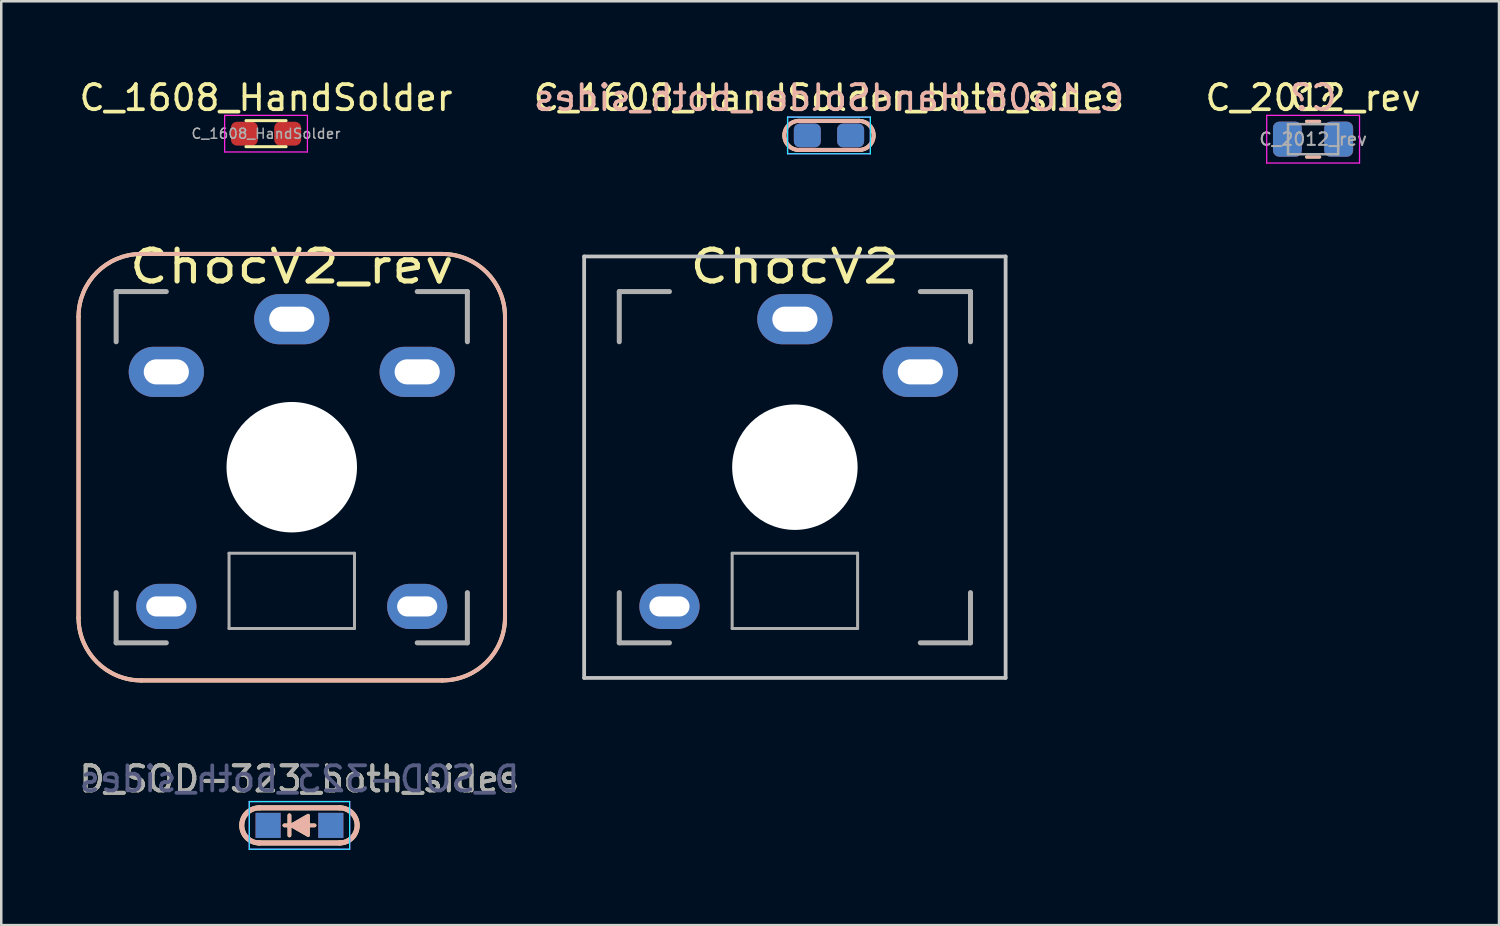
<source format=kicad_pcb>
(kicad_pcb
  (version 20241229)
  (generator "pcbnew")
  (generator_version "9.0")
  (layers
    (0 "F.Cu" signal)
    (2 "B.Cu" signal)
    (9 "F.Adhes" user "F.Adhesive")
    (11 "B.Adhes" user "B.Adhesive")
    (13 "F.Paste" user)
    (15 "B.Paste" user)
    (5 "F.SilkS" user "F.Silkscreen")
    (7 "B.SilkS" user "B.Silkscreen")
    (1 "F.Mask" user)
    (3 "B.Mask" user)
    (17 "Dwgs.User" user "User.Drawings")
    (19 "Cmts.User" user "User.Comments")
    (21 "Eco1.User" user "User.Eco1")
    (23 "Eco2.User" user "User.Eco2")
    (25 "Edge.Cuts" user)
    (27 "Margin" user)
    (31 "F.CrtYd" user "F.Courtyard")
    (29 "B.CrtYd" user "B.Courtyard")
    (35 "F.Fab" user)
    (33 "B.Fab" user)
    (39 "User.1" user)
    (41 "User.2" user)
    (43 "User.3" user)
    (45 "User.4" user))
  (footprint "D_SOD-323_both_sides"
    (layer "F.Cu")
    (at 8.887 29.851)
    (property "Reference" "D_SOD-323_both_sides" (at 0 -1.85 0) (layer "F.SilkS") (effects (font (size 1 1) (thickness 0.15))))
    (attr smd)
    (fp_line (start -1.6 -0.7) (end 1.6 -0.7) (stroke (width 0.2) (type solid)) (layer "F.SilkS"))
    (fp_line (start -0.4 -0.4) (end -0.4 0.4) (stroke (width 0.15) (type solid)) (layer "F.SilkS"))
    (fp_line (start 0.6 0) (end -0.6 0) (stroke (width 0.15) (type solid)) (layer "F.SilkS"))
    (fp_line (start 1.6 0.7) (end -1.6 0.7) (stroke (width 0.2) (type solid)) (layer "F.SilkS"))
    (fp_arc (start -1.6 0.7) (mid -2.3 0) (end -1.6 -0.7) (stroke (width 0.2) (type solid)) (layer "F.SilkS"))
    (fp_arc (start 1.6 -0.7) (mid 2.3 0) (end 1.6 0.7) (stroke (width 0.2) (type solid)) (layer "F.SilkS"))
    (fp_poly (pts (xy 0.35 0.4) (xy -0.35 0) (xy 0.35 -0.4)) (stroke (width 0.12) (type solid)) (fill yes) (layer "F.SilkS"))
    (fp_line (start -1.6 0.7) (end 1.6 0.7) (stroke (width 0.2) (type solid)) (layer "B.SilkS"))
    (fp_line (start -0.6 0) (end 0.6 0) (stroke (width 0.15) (type solid)) (layer "B.SilkS"))
    (fp_line (start -0.4 -0.4) (end -0.4 0.4) (stroke (width 0.15) (type solid)) (layer "B.SilkS"))
    (fp_line (start 1.6 -0.7) (end -1.6 -0.7) (stroke (width 0.2) (type solid)) (layer "B.SilkS"))
    (fp_arc (start -1.6 0.7) (mid -2.3 0) (end -1.6 -0.7) (stroke (width 0.2) (type solid)) (layer "B.SilkS"))
    (fp_arc (start 1.6 -0.7) (mid 2.3 0) (end 1.6 0.7) (stroke (width 0.2) (type solid)) (layer "B.SilkS"))
    (fp_poly (pts (xy 0.35 0.4) (xy -0.35 0) (xy 0.35 -0.4)) (stroke (width 0.12) (type solid)) (fill yes) (layer "B.SilkS"))
    (fp_line (start -2 -0.95) (end -2 0.95) (stroke (width 0.05) (type solid)) (layer "B.CrtYd"))
    (fp_line (start 2 -0.95) (end -2 -0.95) (stroke (width 0.05) (type solid)) (layer "B.CrtYd"))
    (fp_line (start 2 -0.95) (end 2 0.95) (stroke (width 0.05) (type solid)) (layer "B.CrtYd"))
    (fp_line (start 2 0.95) (end -2 0.95) (stroke (width 0.05) (type solid)) (layer "B.CrtYd"))
    (fp_line (start -2 -0.95) (end -2 0.95) (stroke (width 0.05) (type solid)) (layer "F.CrtYd"))
    (fp_line (start -2 -0.95) (end 2 -0.95) (stroke (width 0.05) (type solid)) (layer "F.CrtYd"))
    (fp_line (start -2 0.95) (end 2 0.95) (stroke (width 0.05) (type solid)) (layer "F.CrtYd"))
    (fp_line (start 2 -0.95) (end 2 0.95) (stroke (width 0.05) (type solid)) (layer "F.CrtYd"))
    (fp_text user "${REFERENCE}" (at 0 -1.85 0) (layer "B.Fab") (effects (font (size 1 1) (thickness 0.15)) (justify mirror)))
    (fp_text user "${REFERENCE}" (at 0 -1.85 0) (layer "F.Fab") (effects (font (size 1 1) (thickness 0.15))))
    (pad "1" smd rect (at -1.25 0) (size 1 1) (layers "F.Cu" "F.Mask" "F.Paste"))
    (pad "1" smd rect (at -1.25 0) (size 1 1) (layers "B.Cu" "B.Mask" "B.Paste"))
    (pad "2" smd rect (at 1.25 0) (size 1 1) (layers "F.Cu" "F.Mask" "F.Paste"))
    (pad "2" smd rect (at 1.25 0) (size 1 1) (layers "B.Cu" "B.Mask" "B.Paste")))
  (footprint "C_2012_rev"
    (layer "F.Cu")
    (at 49.292 2.498)
    (property "Reference" "C_2012_rev" (at 0 -1.65 0) (layer "F.SilkS") (effects (font (size 1 1) (thickness 0.15))))
    (attr smd)
    (fp_line (start -0.261 -0.71) (end 0.261 -0.71) (stroke (width 0.12) (type solid)) (layer "F.SilkS"))
    (fp_line (start -0.261 0.71) (end 0.261 0.71) (stroke (width 0.12) (type solid)) (layer "F.SilkS"))
    (fp_line (start -0.261 -0.71) (end 0.261 -0.71) (stroke (width 0.12) (type solid)) (layer "B.SilkS"))
    (fp_line (start -0.261 0.71) (end 0.261 0.71) (stroke (width 0.12) (type solid)) (layer "B.SilkS"))
    (fp_line (start -1.85 -0.95) (end 1.85 -0.95) (stroke (width 0.05) (type solid)) (layer "F.CrtYd"))
    (fp_line (start -1.85 0.95) (end -1.85 -0.95) (stroke (width 0.05) (type solid)) (layer "F.CrtYd"))
    (fp_line (start 1.85 -0.95) (end 1.85 0.95) (stroke (width 0.05) (type solid)) (layer "F.CrtYd"))
    (fp_line (start 1.85 0.95) (end -1.85 0.95) (stroke (width 0.05) (type solid)) (layer "F.CrtYd"))
    (fp_line (start -1 -0.6) (end 1 -0.6) (stroke (width 0.1) (type solid)) (layer "F.Fab"))
    (fp_line (start -1 0.6) (end -1 -0.6) (stroke (width 0.1) (type solid)) (layer "F.Fab"))
    (fp_line (start 1 -0.6) (end 1 0.6) (stroke (width 0.1) (type solid)) (layer "F.Fab"))
    (fp_line (start 1 0.6) (end -1 0.6) (stroke (width 0.1) (type solid)) (layer "F.Fab"))
    (fp_text user "C?" (at 0 -1.65 0) (layer "F.SilkS") (effects (font (size 1 1) (thickness 0.15))))
    (fp_text user "C?" (at 0 -1.65 0) (layer "B.SilkS") (effects (font (size 1 1) (thickness 0.15)) (justify mirror)))
    (fp_text user "${REFERENCE}" (at 0 0 0) (layer "F.Fab") (effects (font (size 0.5 0.5) (thickness 0.08))))
    (pad "1" smd roundrect (at -1.025 0) (size 1.15 1.4) (layers "F.Cu" "F.Mask" "F.Paste") (roundrect_rratio 0.217))
    (pad "1" smd roundrect (at -1.025 0) (size 1.15 1.4) (layers "B.Cu" "B.Mask" "B.Paste") (roundrect_rratio 0.217))
    (pad "2" smd roundrect (at 1.016 0) (size 1.15 1.4) (layers "B.Cu" "B.Mask" "B.Paste") (roundrect_rratio 0.217))
    (pad "2" smd roundrect (at 1.025 0) (size 1.15 1.4) (layers "F.Cu" "F.Mask" "F.Paste") (roundrect_rratio 0.217)))
  (footprint "ChocV2"
    (layer "F.Cu")
    (at 28.635 15.573)
    (property "Reference" "ChocV2" (at 0 -8 0) (layer "F.SilkS") (effects (font (size 1.27 1.524) (thickness 0.203))))
    (attr through_hole)
    (fp_line (start -8.4 -8.4) (end 8.4 -8.4) (stroke (width 0.15) (type solid)) (layer "Dwgs.User"))
    (fp_line (start -8.4 8.4) (end -8.4 -8.4) (stroke (width 0.15) (type solid)) (layer "Dwgs.User"))
    (fp_line (start 8.4 -8.4) (end 8.4 8.4) (stroke (width 0.15) (type solid)) (layer "Dwgs.User"))
    (fp_line (start 8.4 8.4) (end -8.4 8.4) (stroke (width 0.15) (type solid)) (layer "Dwgs.User"))
    (fp_line (start -7 -7) (end -5 -7) (stroke (width 0.2) (type solid)) (layer "F.Fab"))
    (fp_line (start -7 -5) (end -7 -7) (stroke (width 0.2) (type solid)) (layer "F.Fab"))
    (fp_line (start -7 7) (end -7 5) (stroke (width 0.2) (type solid)) (layer "F.Fab"))
    (fp_line (start -5 7) (end -7 7) (stroke (width 0.2) (type solid)) (layer "F.Fab"))
    (fp_line (start -2.5 3.43) (end -2.5 6.43) (stroke (width 0.12) (type solid)) (layer "F.Fab"))
    (fp_line (start -2.5 3.43) (end 2.5 3.43) (stroke (width 0.12) (type solid)) (layer "F.Fab"))
    (fp_line (start -2.5 6.43) (end 2.5 6.43) (stroke (width 0.12) (type solid)) (layer "F.Fab"))
    (fp_line (start 2.5 3.43) (end 2.5 6.43) (stroke (width 0.12) (type solid)) (layer "F.Fab"))
    (fp_line (start 5 -7) (end 7 -7) (stroke (width 0.2) (type solid)) (layer "F.Fab"))
    (fp_line (start 7 -7) (end 7 -5) (stroke (width 0.2) (type solid)) (layer "F.Fab"))
    (fp_line (start 7 5) (end 7 7) (stroke (width 0.2) (type solid)) (layer "F.Fab"))
    (fp_line (start 7 7) (end 5 7) (stroke (width 0.2) (type solid)) (layer "F.Fab"))
    (pad "" np_thru_hole circle (at 0 0) (size 5 5) (drill 5) (layers "*.Cu" "*.Mask"))
    (pad "1" thru_hole oval (at 0 -5.9) (size 3 2) (drill oval 1.8 1) (layers "*.Cu" "*.Mask"))
    (pad "2" thru_hole oval (at 5 -3.8) (size 3 2) (drill oval 1.8 1) (layers "*.Cu" "*.Mask"))
    (pad "3" thru_hole oval (at -5 5.55) (size 2.4 1.8) (drill oval 1.6 0.8) (layers "*.Cu" "*.Mask")))
  (footprint "ChocV2_rev"
    (layer "F.Cu")
    (at 8.58 15.573)
    (property "Reference" "ChocV2_rev" (at 0 -8 0) (layer "F.SilkS") (effects (font (size 1.27 1.524) (thickness 0.203))))
    (attr through_hole)
    (fp_line (start -8.5 6) (end -8.5 -6) (stroke (width 0.16) (type solid)) (layer "F.SilkS"))
    (fp_line (start -6 -8.5) (end 6 -8.5) (stroke (width 0.16) (type solid)) (layer "F.SilkS"))
    (fp_line (start 6 8.5) (end -6 8.5) (stroke (width 0.16) (type solid)) (layer "F.SilkS"))
    (fp_line (start 8.5 -6) (end 8.5 6) (stroke (width 0.16) (type solid)) (layer "F.SilkS"))
    (fp_arc (start -8.5 -6) (mid -7.767767 -7.767767) (end -6 -8.5) (stroke (width 0.16) (type solid)) (layer "F.SilkS"))
    (fp_arc (start -6 8.5) (mid -7.767767 7.767767) (end -8.5 6) (stroke (width 0.16) (type solid)) (layer "F.SilkS"))
    (fp_arc (start 6 -8.5) (mid 7.767767 -7.767767) (end 8.5 -6) (stroke (width 0.16) (type solid)) (layer "F.SilkS"))
    (fp_arc (start 8.5 6) (mid 7.767767 7.767767) (end 6 8.5) (stroke (width 0.16) (type solid)) (layer "F.SilkS"))
    (fp_line (start -8.5 -6) (end -8.5 6) (stroke (width 0.16) (type solid)) (layer "B.SilkS"))
    (fp_line (start -6 8.5) (end 6 8.5) (stroke (width 0.16) (type solid)) (layer "B.SilkS"))
    (fp_line (start 6 -8.5) (end -6 -8.5) (stroke (width 0.16) (type solid)) (layer "B.SilkS"))
    (fp_line (start 8.5 6) (end 8.5 -6) (stroke (width 0.16) (type solid)) (layer "B.SilkS"))
    (fp_arc (start -8.5 -6) (mid -7.767766 -7.767764) (end -6 -8.5) (stroke (width 0.16) (type solid)) (layer "B.SilkS"))
    (fp_arc (start -6 8.5) (mid -7.767768 7.767768) (end -8.5 6) (stroke (width 0.16) (type solid)) (layer "B.SilkS"))
    (fp_arc (start 6 -8.5) (mid 7.767767 -7.767767) (end 8.5 -6) (stroke (width 0.16) (type solid)) (layer "B.SilkS"))
    (fp_arc (start 8.5 6) (mid 7.767767 7.767767) (end 6 8.5) (stroke (width 0.16) (type solid)) (layer "B.SilkS"))
    (fp_line (start -7 -7) (end -5 -7) (stroke (width 0.2) (type solid)) (layer "F.Fab"))
    (fp_line (start -7 -5) (end -7 -7) (stroke (width 0.2) (type solid)) (layer "F.Fab"))
    (fp_line (start -7 7) (end -7 5) (stroke (width 0.2) (type solid)) (layer "F.Fab"))
    (fp_line (start -5 7) (end -7 7) (stroke (width 0.2) (type solid)) (layer "F.Fab"))
    (fp_line (start -2.5 3.43) (end -2.5 6.43) (stroke (width 0.12) (type solid)) (layer "F.Fab"))
    (fp_line (start -2.5 3.43) (end 2.5 3.43) (stroke (width 0.12) (type solid)) (layer "F.Fab"))
    (fp_line (start -2.5 6.43) (end 2.5 6.43) (stroke (width 0.12) (type solid)) (layer "F.Fab"))
    (fp_line (start 2.5 3.43) (end 2.5 6.43) (stroke (width 0.12) (type solid)) (layer "F.Fab"))
    (fp_line (start 5 -7) (end 7 -7) (stroke (width 0.2) (type solid)) (layer "F.Fab"))
    (fp_line (start 7 -7) (end 7 -5) (stroke (width 0.2) (type solid)) (layer "F.Fab"))
    (fp_line (start 7 5) (end 7 7) (stroke (width 0.2) (type solid)) (layer "F.Fab"))
    (fp_line (start 7 7) (end 5 7) (stroke (width 0.2) (type solid)) (layer "F.Fab"))
    (pad "" np_thru_hole circle (at 0 0) (size 5.2 5.2) (drill 5.2) (layers "*.Cu" "*.Mask"))
    (pad "1" thru_hole oval (at 0 -5.9) (size 3 2) (drill oval 1.8 1) (layers "*.Cu" "*.Mask"))
    (pad "2" thru_hole oval (at -5 -3.8) (size 3 2) (drill oval 1.8 1) (layers "*.Cu" "*.Mask"))
    (pad "3" thru_hole oval (at 5 -3.8) (size 3 2) (drill oval 1.8 1) (layers "*.Cu" "*.Mask"))
    (pad "4" thru_hole oval (at -5 5.55) (size 2.4 1.8) (drill oval 1.6 0.8) (layers "*.Cu" "*.Mask"))
    (pad "5" thru_hole oval (at 5 5.55) (size 2.4 1.8) (drill oval 1.6 0.8) (layers "*.Cu" "*.Mask")))
  (footprint "C_1608_HandSolder"
    (layer "F.Cu")
    (at 7.554 2.278)
    (property "Reference" "C_1608_HandSolder" (at 0 -1.43 0) (layer "F.SilkS") (effects (font (size 1 1) (thickness 0.15))))
    (attr smd)
    (fp_line (start -0.8 -0.52) (end 0.8 -0.52) (stroke (width 0.12) (type solid)) (layer "F.SilkS"))
    (fp_line (start -0.8 0.52) (end 0.8 0.52) (stroke (width 0.12) (type solid)) (layer "F.SilkS"))
    (fp_line (start -1.65 -0.73) (end 1.65 -0.73) (stroke (width 0.05) (type solid)) (layer "F.CrtYd"))
    (fp_line (start -1.65 0.73) (end -1.65 -0.73) (stroke (width 0.05) (type solid)) (layer "F.CrtYd"))
    (fp_line (start 1.65 -0.73) (end 1.65 0.73) (stroke (width 0.05) (type solid)) (layer "F.CrtYd"))
    (fp_line (start 1.65 0.73) (end -1.65 0.73) (stroke (width 0.05) (type solid)) (layer "F.CrtYd"))
    (fp_text user "${REFERENCE}" (at 0 0 0) (layer "F.Fab") (effects (font (size 0.4 0.4) (thickness 0.06))))
    (pad "1" smd roundrect (at -0.863 0) (size 1.075 0.95) (layers "F.Cu" "F.Mask" "F.Paste") (roundrect_rratio 0.25))
    (pad "2" smd roundrect (at 0.863 0) (size 1.075 0.95) (layers "F.Cu" "F.Mask" "F.Paste") (roundrect_rratio 0.25)))
  (footprint "C_1608_HandSolder_both_sides"
    (layer "F.Cu")
    (at 29.994 2.348)
    (property "Reference" "C_1608_HandSolder_both_sides" (at 0 -1.5 0) (layer "F.SilkS") (effects (font (size 1 1) (thickness 0.15))))
    (attr smd)
    (fp_line (start -1.2 -0.58) (end 1.2 -0.58) (stroke (width 0.16) (type solid)) (layer "F.SilkS"))
    (fp_line (start -1.2 0.58) (end 1.2 0.58) (stroke (width 0.16) (type solid)) (layer "F.SilkS"))
    (fp_arc (start -1.2 0.58) (mid -1.78 0) (end -1.2 -0.58) (stroke (width 0.16) (type solid)) (layer "F.SilkS"))
    (fp_arc (start 1.2 -0.58) (mid 1.78 0) (end 1.2 0.58) (stroke (width 0.16) (type solid)) (layer "F.SilkS"))
    (fp_line (start 1.2 -0.58) (end -1.2 -0.58) (stroke (width 0.16) (type solid)) (layer "B.SilkS"))
    (fp_line (start 1.2 0.58) (end -1.2 0.58) (stroke (width 0.16) (type solid)) (layer "B.SilkS"))
    (fp_arc (start -1.2 0.58) (mid -1.78 0) (end -1.2 -0.58) (stroke (width 0.16) (type solid)) (layer "B.SilkS"))
    (fp_arc (start 1.2 -0.58) (mid 1.78 0) (end 1.2 0.58) (stroke (width 0.16) (type solid)) (layer "B.SilkS"))
    (fp_line (start -1.65 0.73) (end -1.65 -0.73) (stroke (width 0.05) (type solid)) (layer "B.CrtYd"))
    (fp_line (start -1.65 0.73) (end 1.65 0.73) (stroke (width 0.05) (type solid)) (layer "B.CrtYd"))
    (fp_line (start 1.65 -0.73) (end -1.65 -0.73) (stroke (width 0.05) (type solid)) (layer "B.CrtYd"))
    (fp_line (start 1.65 -0.73) (end 1.65 0.73) (stroke (width 0.05) (type solid)) (layer "B.CrtYd"))
    (fp_line (start -1.65 -0.73) (end 1.65 -0.73) (stroke (width 0.05) (type solid)) (layer "F.CrtYd"))
    (fp_line (start -1.65 0.73) (end -1.65 -0.73) (stroke (width 0.05) (type solid)) (layer "F.CrtYd"))
    (fp_line (start 1.65 -0.73) (end 1.65 0.73) (stroke (width 0.05) (type solid)) (layer "F.CrtYd"))
    (fp_line (start 1.65 0.73) (end -1.65 0.73) (stroke (width 0.05) (type solid)) (layer "F.CrtYd"))
    (fp_text user "${REFERENCE}" (at 0 -1.5 0) (unlocked yes) (layer "B.SilkS") (effects (font (size 1 1) (thickness 0.15)) (justify mirror)))
    (pad "1" smd roundrect (at -0.863 0) (size 1.075 0.95) (layers "F.Cu" "F.Mask" "F.Paste") (roundrect_rratio 0.25))
    (pad "1" smd roundrect (at -0.863 0) (size 1.075 0.95) (layers "B.Cu" "B.Mask" "B.Paste") (roundrect_rratio 0.25))
    (pad "2" smd roundrect (at 0.863 0) (size 1.075 0.95) (layers "F.Cu" "F.Mask" "F.Paste") (roundrect_rratio 0.25))
    (pad "2" smd roundrect (at 0.863 0) (size 1.075 0.95) (layers "B.Cu" "B.Mask" "B.Paste") (roundrect_rratio 0.25)))
  (gr_rect
    (start -3 -3)
    (end 56.702 33.826)
    (stroke (width 0.1) (type default))
    (fill no)
    (layer "Edge.Cuts")))
</source>
